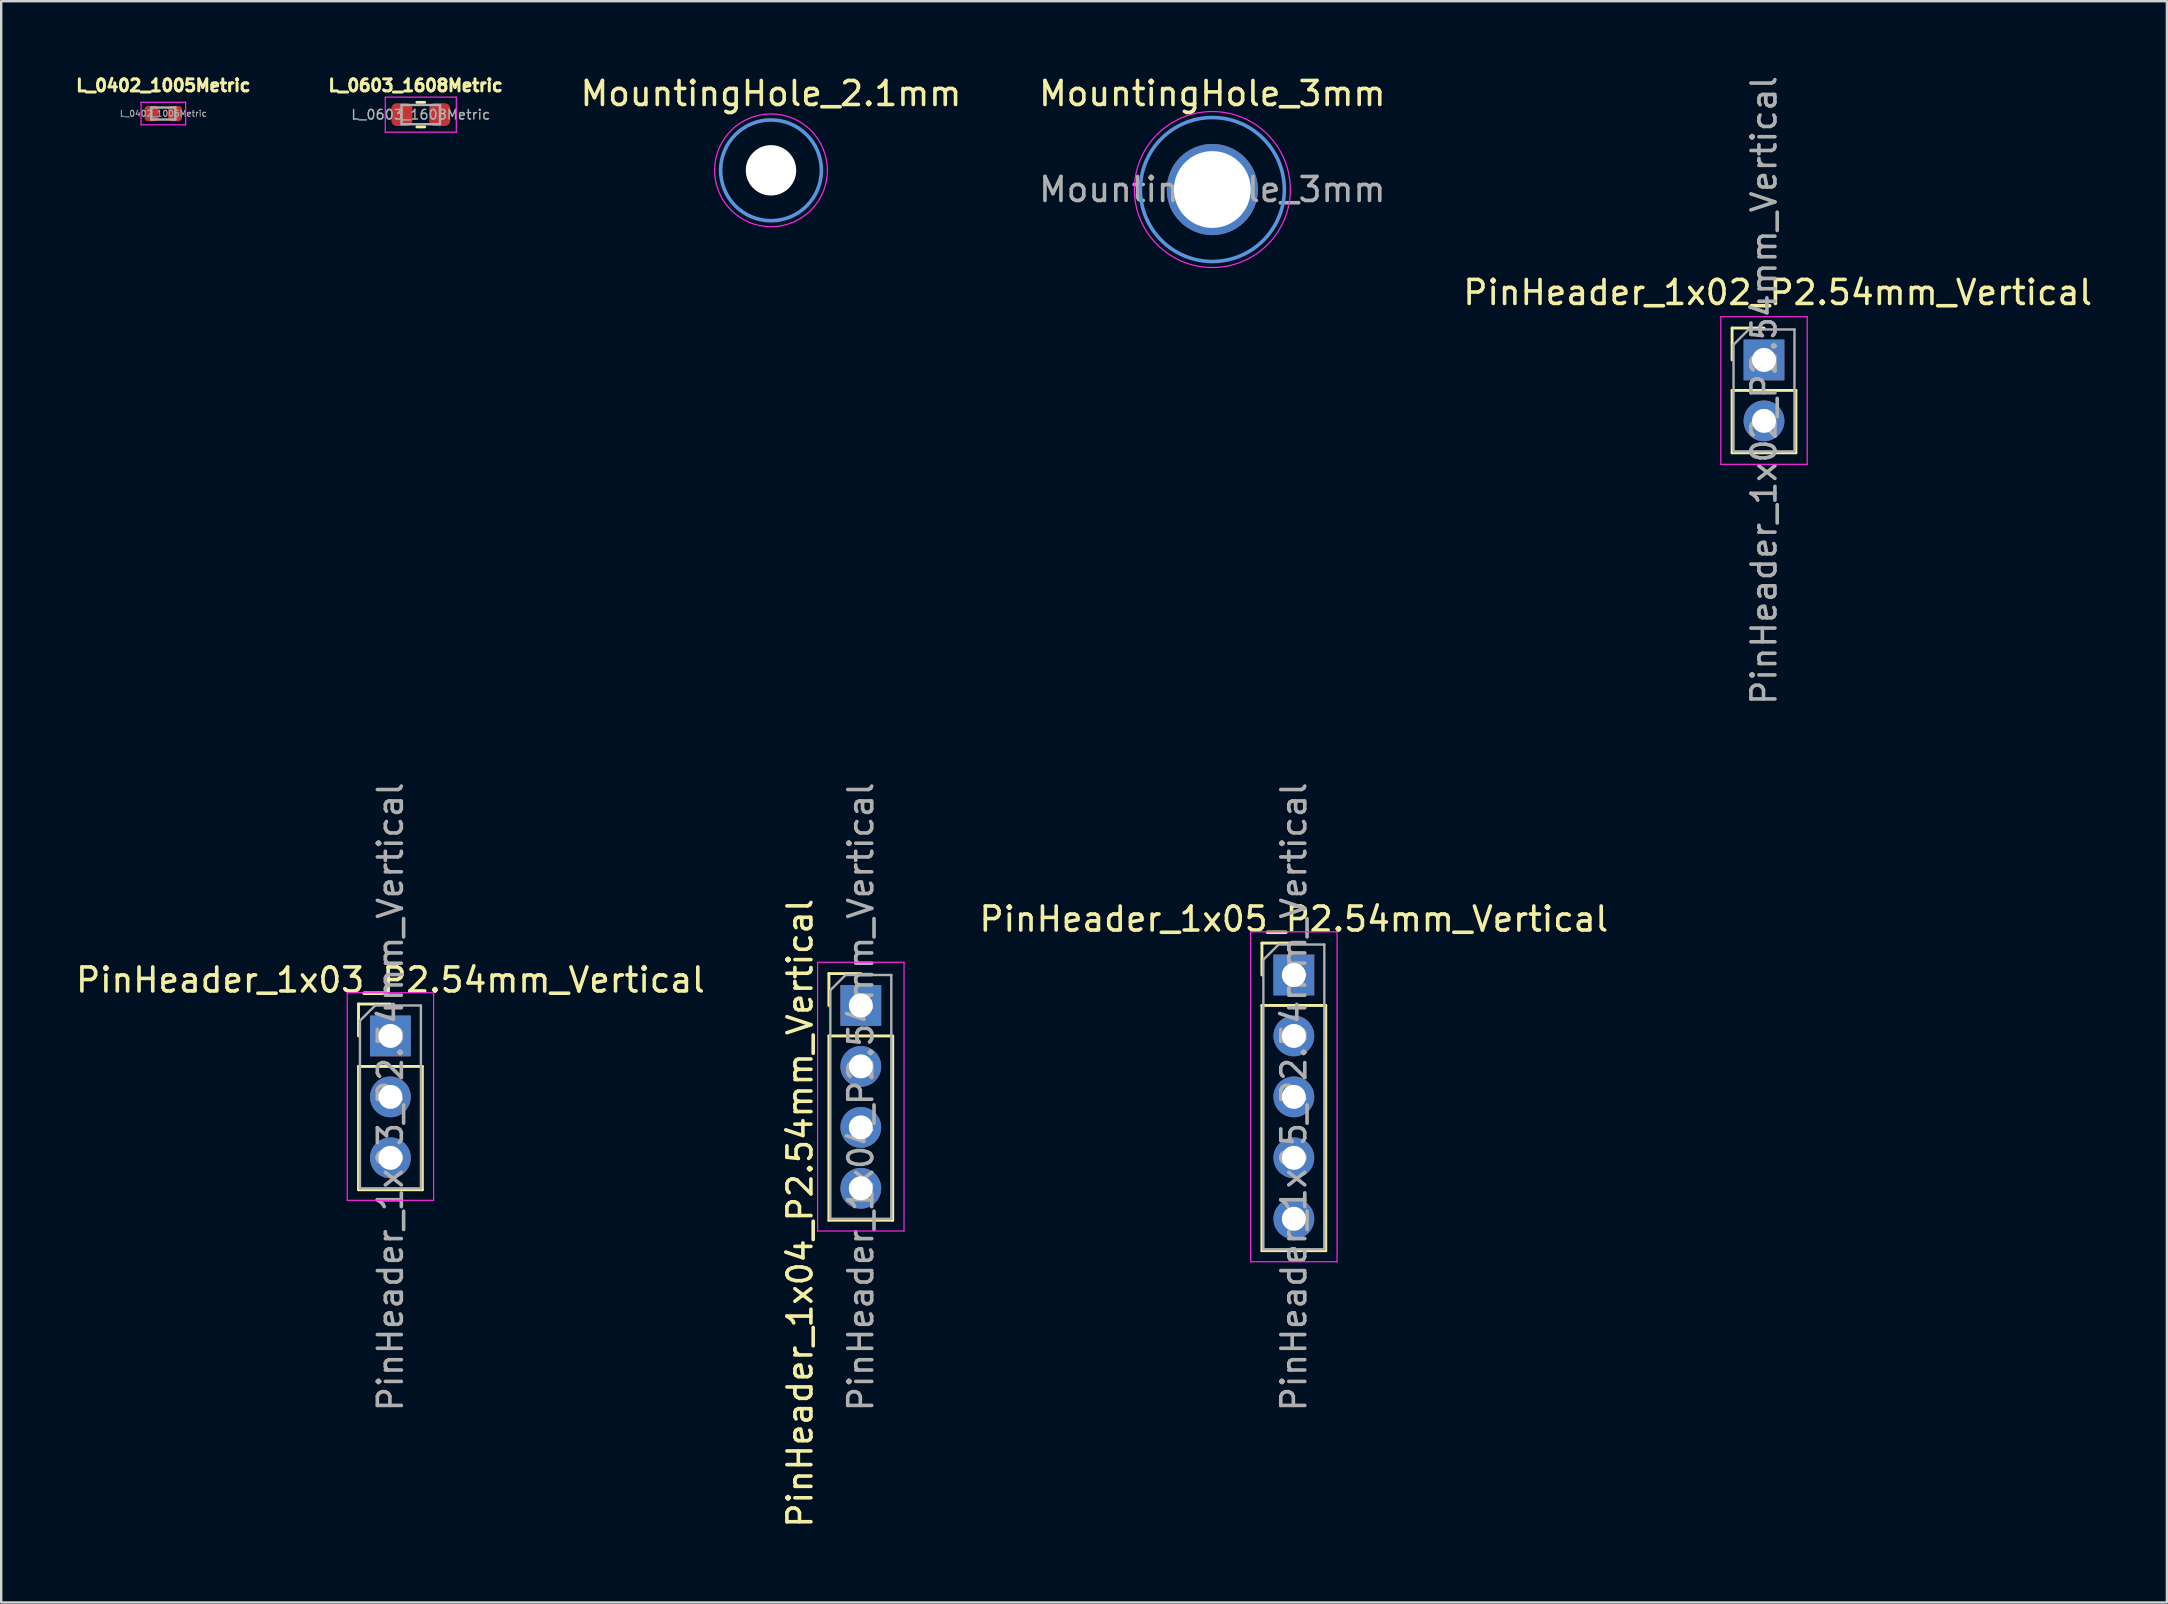
<source format=kicad_pcb>
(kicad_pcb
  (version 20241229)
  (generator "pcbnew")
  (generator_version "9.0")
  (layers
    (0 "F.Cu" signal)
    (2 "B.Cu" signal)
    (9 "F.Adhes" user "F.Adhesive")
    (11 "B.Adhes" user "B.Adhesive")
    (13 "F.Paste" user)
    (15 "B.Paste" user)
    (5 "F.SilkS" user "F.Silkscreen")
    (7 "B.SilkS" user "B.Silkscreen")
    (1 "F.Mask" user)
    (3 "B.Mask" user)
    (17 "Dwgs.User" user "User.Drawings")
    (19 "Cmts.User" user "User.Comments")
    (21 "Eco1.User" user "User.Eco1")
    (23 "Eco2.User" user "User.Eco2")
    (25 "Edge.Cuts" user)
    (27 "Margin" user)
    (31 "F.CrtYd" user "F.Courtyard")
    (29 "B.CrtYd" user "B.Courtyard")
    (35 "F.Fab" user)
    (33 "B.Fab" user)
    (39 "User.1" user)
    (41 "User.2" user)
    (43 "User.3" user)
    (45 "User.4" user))
  (footprint "MountingHole_3mm"
    (layer "F.Cu")
    (at 47.473 4.848)
    (property "Reference" "MountingHole_3mm" (at 0 -4 0) (layer "F.SilkS") (effects (font (size 1 1) (thickness 0.15))))
    (attr exclude_from_pos_files)
    (fp_circle (center 0 0) (end 3 0) (stroke (width 0.15) (type solid)) (fill no) (layer "Cmts.User"))
    (fp_circle (center 0 0) (end 3.25 0) (stroke (width 0.05) (type solid)) (fill no) (layer "F.CrtYd"))
    (fp_text user "${REFERENCE}" (at 0 0 0) (layer "F.Fab") (effects (font (size 1 1) (thickness 0.15))))
    (pad "" thru_hole circle (at 0 0) (size 3.8 3.8) (drill 3.2) (layers "*.Cu" "*.Mask")))
  (footprint "PinHeader_1x04_P2.54mm_Vertical"
    (layer "F.Cu")
    (at 32.823 38.851)
    (property "Reference" "PinHeader_1x04_P2.54mm_Vertical" (at -2.535 8.659 90) (layer "F.SilkS") (effects (font (size 1 1) (thickness 0.15))))
    (attr through_hole)
    (fp_line (start -1.33 -1.33) (end 0 -1.33) (stroke (width 0.12) (type solid)) (layer "F.SilkS"))
    (fp_line (start -1.33 0) (end -1.33 -1.33) (stroke (width 0.12) (type solid)) (layer "F.SilkS"))
    (fp_line (start -1.33 1.27) (end -1.33 8.95) (stroke (width 0.12) (type solid)) (layer "F.SilkS"))
    (fp_line (start -1.33 1.27) (end 1.33 1.27) (stroke (width 0.12) (type solid)) (layer "F.SilkS"))
    (fp_line (start -1.33 8.95) (end 1.33 8.95) (stroke (width 0.12) (type solid)) (layer "F.SilkS"))
    (fp_line (start 1.33 1.27) (end 1.33 8.95) (stroke (width 0.12) (type solid)) (layer "F.SilkS"))
    (fp_line (start -1.8 -1.8) (end -1.8 9.4) (stroke (width 0.05) (type solid)) (layer "F.CrtYd"))
    (fp_line (start -1.8 9.4) (end 1.8 9.4) (stroke (width 0.05) (type solid)) (layer "F.CrtYd"))
    (fp_line (start 1.8 -1.8) (end -1.8 -1.8) (stroke (width 0.05) (type solid)) (layer "F.CrtYd"))
    (fp_line (start 1.8 9.4) (end 1.8 -1.8) (stroke (width 0.05) (type solid)) (layer "F.CrtYd"))
    (fp_line (start -1.27 -0.635) (end -0.635 -1.27) (stroke (width 0.1) (type solid)) (layer "F.Fab"))
    (fp_line (start -1.27 8.89) (end -1.27 -0.635) (stroke (width 0.1) (type solid)) (layer "F.Fab"))
    (fp_line (start -0.635 -1.27) (end 1.27 -1.27) (stroke (width 0.1) (type solid)) (layer "F.Fab"))
    (fp_line (start 1.27 -1.27) (end 1.27 8.89) (stroke (width 0.1) (type solid)) (layer "F.Fab"))
    (fp_line (start 1.27 8.89) (end -1.27 8.89) (stroke (width 0.1) (type solid)) (layer "F.Fab"))
    (fp_text user "${REFERENCE}" (at 0 3.81 270) (layer "F.Fab") (effects (font (size 1 1) (thickness 0.15))))
    (pad "1" thru_hole rect (at 0 0) (size 1.7 1.7) (drill 1) (layers "*.Cu" "*.Mask"))
    (pad "2" thru_hole oval (at 0 2.54) (size 1.7 1.7) (drill 1) (layers "*.Cu" "*.Mask"))
    (pad "3" thru_hole oval (at 0 5.08) (size 1.7 1.7) (drill 1) (layers "*.Cu" "*.Mask"))
    (pad "4" thru_hole oval (at 0 7.62) (size 1.7 1.7) (drill 1) (layers "*.Cu" "*.Mask")))
  (footprint "PinHeader_1x03_P2.54mm_Vertical"
    (layer "F.Cu")
    (at 13.22 40.121)
    (property "Reference" "PinHeader_1x03_P2.54mm_Vertical" (at 0 -2.33 0) (layer "F.SilkS") (effects (font (size 1 1) (thickness 0.15))))
    (attr through_hole)
    (fp_line (start -1.33 -1.33) (end 0 -1.33) (stroke (width 0.12) (type solid)) (layer "F.SilkS"))
    (fp_line (start -1.33 0) (end -1.33 -1.33) (stroke (width 0.12) (type solid)) (layer "F.SilkS"))
    (fp_line (start -1.33 1.27) (end -1.33 6.41) (stroke (width 0.12) (type solid)) (layer "F.SilkS"))
    (fp_line (start -1.33 1.27) (end 1.33 1.27) (stroke (width 0.12) (type solid)) (layer "F.SilkS"))
    (fp_line (start -1.33 6.41) (end 1.33 6.41) (stroke (width 0.12) (type solid)) (layer "F.SilkS"))
    (fp_line (start 1.33 1.27) (end 1.33 6.41) (stroke (width 0.12) (type solid)) (layer "F.SilkS"))
    (fp_line (start -1.8 -1.8) (end -1.8 6.85) (stroke (width 0.05) (type solid)) (layer "F.CrtYd"))
    (fp_line (start -1.8 6.85) (end 1.8 6.85) (stroke (width 0.05) (type solid)) (layer "F.CrtYd"))
    (fp_line (start 1.8 -1.8) (end -1.8 -1.8) (stroke (width 0.05) (type solid)) (layer "F.CrtYd"))
    (fp_line (start 1.8 6.85) (end 1.8 -1.8) (stroke (width 0.05) (type solid)) (layer "F.CrtYd"))
    (fp_line (start -1.27 -0.635) (end -0.635 -1.27) (stroke (width 0.1) (type solid)) (layer "F.Fab"))
    (fp_line (start -1.27 6.35) (end -1.27 -0.635) (stroke (width 0.1) (type solid)) (layer "F.Fab"))
    (fp_line (start -0.635 -1.27) (end 1.27 -1.27) (stroke (width 0.1) (type solid)) (layer "F.Fab"))
    (fp_line (start 1.27 -1.27) (end 1.27 6.35) (stroke (width 0.1) (type solid)) (layer "F.Fab"))
    (fp_line (start 1.27 6.35) (end -1.27 6.35) (stroke (width 0.1) (type solid)) (layer "F.Fab"))
    (fp_text user "${REFERENCE}" (at 0 2.54 270) (layer "F.Fab") (effects (font (size 1 1) (thickness 0.15))))
    (pad "1" thru_hole rect (at 0 0) (size 1.7 1.7) (drill 1) (layers "*.Cu" "*.Mask"))
    (pad "2" thru_hole oval (at 0 2.54) (size 1.7 1.7) (drill 1) (layers "*.Cu" "*.Mask"))
    (pad "3" thru_hole oval (at 0 5.08) (size 1.7 1.7) (drill 1) (layers "*.Cu" "*.Mask")))
  (footprint "MountingHole_2.1mm"
    (layer "F.Cu")
    (at 29.08 4.048)
    (property "Reference" "MountingHole_2.1mm" (at 0 -3.2 0) (layer "F.SilkS") (effects (font (size 1 1) (thickness 0.15))))
    (attr exclude_from_pos_files exclude_from_bom)
    (fp_circle (center 0 0) (end 2.1 0) (stroke (width 0.15) (type solid)) (fill no) (layer "Cmts.User"))
    (fp_circle (center 0 0) (end 2.35 0) (stroke (width 0.05) (type solid)) (fill no) (layer "F.CrtYd"))
    (pad "" np_thru_hole circle (at 0 0) (size 2.1 2.1) (drill 2.1) (layers "*.Cu" "*.Mask")))
  (footprint "L_0402_1005Metric"
    (layer "F.Cu")
    (at 3.757 1.682)
    (property "Reference" "L_0402_1005Metric" (at 0 -1.17 180) (layer "F.SilkS") (effects (font (size 0.5 0.5) (thickness 0.125))))
    (attr smd)
    (fp_line (start -0.93 -0.47) (end 0.93 -0.47) (stroke (width 0.05) (type solid)) (layer "F.CrtYd"))
    (fp_line (start -0.93 0.47) (end -0.93 -0.47) (stroke (width 0.05) (type solid)) (layer "F.CrtYd"))
    (fp_line (start 0.93 -0.47) (end 0.93 0.47) (stroke (width 0.05) (type solid)) (layer "F.CrtYd"))
    (fp_line (start 0.93 0.47) (end -0.93 0.47) (stroke (width 0.05) (type solid)) (layer "F.CrtYd"))
    (fp_line (start -0.5 -0.25) (end 0.5 -0.25) (stroke (width 0.1) (type solid)) (layer "F.Fab"))
    (fp_line (start -0.5 0.25) (end -0.5 -0.25) (stroke (width 0.1) (type solid)) (layer "F.Fab"))
    (fp_line (start 0.5 -0.25) (end 0.5 0.25) (stroke (width 0.1) (type solid)) (layer "F.Fab"))
    (fp_line (start 0.5 0.25) (end -0.5 0.25) (stroke (width 0.1) (type solid)) (layer "F.Fab"))
    (fp_text user "${REFERENCE}" (at 0 0 180) (layer "F.Fab") (effects (font (size 0.25 0.25) (thickness 0.04))))
    (pad "1" smd roundrect (at -0.485 0) (size 0.59 0.64) (layers "F.Cu" "F.Mask" "F.Paste") (roundrect_rratio 0.25))
    (pad "2" smd roundrect (at 0.485 0) (size 0.59 0.64) (layers "F.Cu" "F.Mask" "F.Paste") (roundrect_rratio 0.25)))
  (footprint "PinHeader_1x02_P2.54mm_Vertical"
    (layer "F.Cu")
    (at 70.462 11.95)
    (property "Reference" "PinHeader_1x02_P2.54mm_Vertical" (at 0.57 -2.81 180) (layer "F.SilkS") (effects (font (size 1 1) (thickness 0.15))))
    (attr through_hole)
    (fp_line (start -1.33 -1.33) (end 0 -1.33) (stroke (width 0.12) (type solid)) (layer "F.SilkS"))
    (fp_line (start -1.33 0) (end -1.33 -1.33) (stroke (width 0.12) (type solid)) (layer "F.SilkS"))
    (fp_line (start -1.33 1.27) (end -1.33 3.87) (stroke (width 0.12) (type solid)) (layer "F.SilkS"))
    (fp_line (start -1.33 1.27) (end 1.33 1.27) (stroke (width 0.12) (type solid)) (layer "F.SilkS"))
    (fp_line (start -1.33 3.87) (end 1.33 3.87) (stroke (width 0.12) (type solid)) (layer "F.SilkS"))
    (fp_line (start 1.33 1.27) (end 1.33 3.87) (stroke (width 0.12) (type solid)) (layer "F.SilkS"))
    (fp_line (start -1.8 -1.8) (end -1.8 4.35) (stroke (width 0.05) (type solid)) (layer "F.CrtYd"))
    (fp_line (start -1.8 4.35) (end 1.8 4.35) (stroke (width 0.05) (type solid)) (layer "F.CrtYd"))
    (fp_line (start 1.8 -1.8) (end -1.8 -1.8) (stroke (width 0.05) (type solid)) (layer "F.CrtYd"))
    (fp_line (start 1.8 4.35) (end 1.8 -1.8) (stroke (width 0.05) (type solid)) (layer "F.CrtYd"))
    (fp_line (start -1.27 -0.635) (end -0.635 -1.27) (stroke (width 0.1) (type solid)) (layer "F.Fab"))
    (fp_line (start -1.27 3.81) (end -1.27 -0.635) (stroke (width 0.1) (type solid)) (layer "F.Fab"))
    (fp_line (start -0.635 -1.27) (end 1.27 -1.27) (stroke (width 0.1) (type solid)) (layer "F.Fab"))
    (fp_line (start 1.27 -1.27) (end 1.27 3.81) (stroke (width 0.1) (type solid)) (layer "F.Fab"))
    (fp_line (start 1.27 3.81) (end -1.27 3.81) (stroke (width 0.1) (type solid)) (layer "F.Fab"))
    (fp_text user "${REFERENCE}" (at 0 1.27 90) (layer "F.Fab") (effects (font (size 1 1) (thickness 0.15))))
    (pad "1" thru_hole rect (at 0 0) (size 1.7 1.7) (drill 1) (layers "*.Cu" "*.Mask"))
    (pad "2" thru_hole oval (at 0 2.54) (size 1.7 1.7) (drill 1) (layers "*.Cu" "*.Mask")))
  (footprint "PinHeader_1x05_P2.54mm_Vertical"
    (layer "F.Cu")
    (at 50.869 37.581)
    (property "Reference" "PinHeader_1x05_P2.54mm_Vertical" (at 0 -2.33 0) (layer "F.SilkS") (effects (font (size 1 1) (thickness 0.15))))
    (attr through_hole)
    (fp_line (start -1.33 -1.33) (end 0 -1.33) (stroke (width 0.12) (type solid)) (layer "F.SilkS"))
    (fp_line (start -1.33 0) (end -1.33 -1.33) (stroke (width 0.12) (type solid)) (layer "F.SilkS"))
    (fp_line (start -1.33 1.27) (end -1.33 11.49) (stroke (width 0.12) (type solid)) (layer "F.SilkS"))
    (fp_line (start -1.33 1.27) (end 1.33 1.27) (stroke (width 0.12) (type solid)) (layer "F.SilkS"))
    (fp_line (start -1.33 11.49) (end 1.33 11.49) (stroke (width 0.12) (type solid)) (layer "F.SilkS"))
    (fp_line (start 1.33 1.27) (end 1.33 11.49) (stroke (width 0.12) (type solid)) (layer "F.SilkS"))
    (fp_line (start -1.8 -1.8) (end -1.8 11.95) (stroke (width 0.05) (type solid)) (layer "F.CrtYd"))
    (fp_line (start -1.8 11.95) (end 1.8 11.95) (stroke (width 0.05) (type solid)) (layer "F.CrtYd"))
    (fp_line (start 1.8 -1.8) (end -1.8 -1.8) (stroke (width 0.05) (type solid)) (layer "F.CrtYd"))
    (fp_line (start 1.8 11.95) (end 1.8 -1.8) (stroke (width 0.05) (type solid)) (layer "F.CrtYd"))
    (fp_line (start -1.27 -0.635) (end -0.635 -1.27) (stroke (width 0.1) (type solid)) (layer "F.Fab"))
    (fp_line (start -1.27 11.43) (end -1.27 -0.635) (stroke (width 0.1) (type solid)) (layer "F.Fab"))
    (fp_line (start -0.635 -1.27) (end 1.27 -1.27) (stroke (width 0.1) (type solid)) (layer "F.Fab"))
    (fp_line (start 1.27 -1.27) (end 1.27 11.43) (stroke (width 0.1) (type solid)) (layer "F.Fab"))
    (fp_line (start 1.27 11.43) (end -1.27 11.43) (stroke (width 0.1) (type solid)) (layer "F.Fab"))
    (fp_text user "${REFERENCE}" (at 0 5.08 270) (layer "F.Fab") (effects (font (size 1 1) (thickness 0.15))))
    (pad "1" thru_hole rect (at 0 0) (size 1.7 1.7) (drill 1) (layers "*.Cu" "*.Mask"))
    (pad "2" thru_hole oval (at 0 2.54) (size 1.7 1.7) (drill 1) (layers "*.Cu" "*.Mask"))
    (pad "3" thru_hole oval (at 0 5.08) (size 1.7 1.7) (drill 1) (layers "*.Cu" "*.Mask"))
    (pad "4" thru_hole oval (at 0 7.62) (size 1.7 1.7) (drill 1) (layers "*.Cu" "*.Mask"))
    (pad "5" thru_hole oval (at 0 10.16) (size 1.7 1.7) (drill 1) (layers "*.Cu" "*.Mask")))
  (footprint "L_0603_1608Metric"
    (layer "F.Cu")
    (at 14.486 1.727)
    (property "Reference" "L_0603_1608Metric" (at -0.217 -1.215 180) (layer "F.SilkS") (effects (font (size 0.5 0.5) (thickness 0.125))))
    (attr smd)
    (fp_line (start -0.163 -0.51) (end 0.163 -0.51) (stroke (width 0.12) (type solid)) (layer "F.SilkS"))
    (fp_line (start -0.163 0.51) (end 0.163 0.51) (stroke (width 0.12) (type solid)) (layer "F.SilkS"))
    (fp_line (start -1.48 -0.73) (end 1.48 -0.73) (stroke (width 0.05) (type solid)) (layer "F.CrtYd"))
    (fp_line (start -1.48 0.73) (end -1.48 -0.73) (stroke (width 0.05) (type solid)) (layer "F.CrtYd"))
    (fp_line (start 1.48 -0.73) (end 1.48 0.73) (stroke (width 0.05) (type solid)) (layer "F.CrtYd"))
    (fp_line (start 1.48 0.73) (end -1.48 0.73) (stroke (width 0.05) (type solid)) (layer "F.CrtYd"))
    (fp_line (start -0.8 -0.4) (end 0.8 -0.4) (stroke (width 0.1) (type solid)) (layer "F.Fab"))
    (fp_line (start -0.8 0.4) (end -0.8 -0.4) (stroke (width 0.1) (type solid)) (layer "F.Fab"))
    (fp_line (start 0.8 -0.4) (end 0.8 0.4) (stroke (width 0.1) (type solid)) (layer "F.Fab"))
    (fp_line (start 0.8 0.4) (end -0.8 0.4) (stroke (width 0.1) (type solid)) (layer "F.Fab"))
    (fp_text user "${REFERENCE}" (at 0 0 180) (layer "F.Fab") (effects (font (size 0.4 0.4) (thickness 0.06))))
    (pad "1" smd roundrect (at -0.787 0) (size 0.875 0.95) (layers "F.Cu" "F.Mask" "F.Paste") (roundrect_rratio 0.25))
    (pad "2" smd roundrect (at 0.787 0) (size 0.875 0.95) (layers "F.Cu" "F.Mask" "F.Paste") (roundrect_rratio 0.25)))
  (gr_rect
    (start -3 -3)
    (end 87.252 63.73)
    (stroke (width 0.1) (type default))
    (fill no)
    (layer "Edge.Cuts")))
</source>
